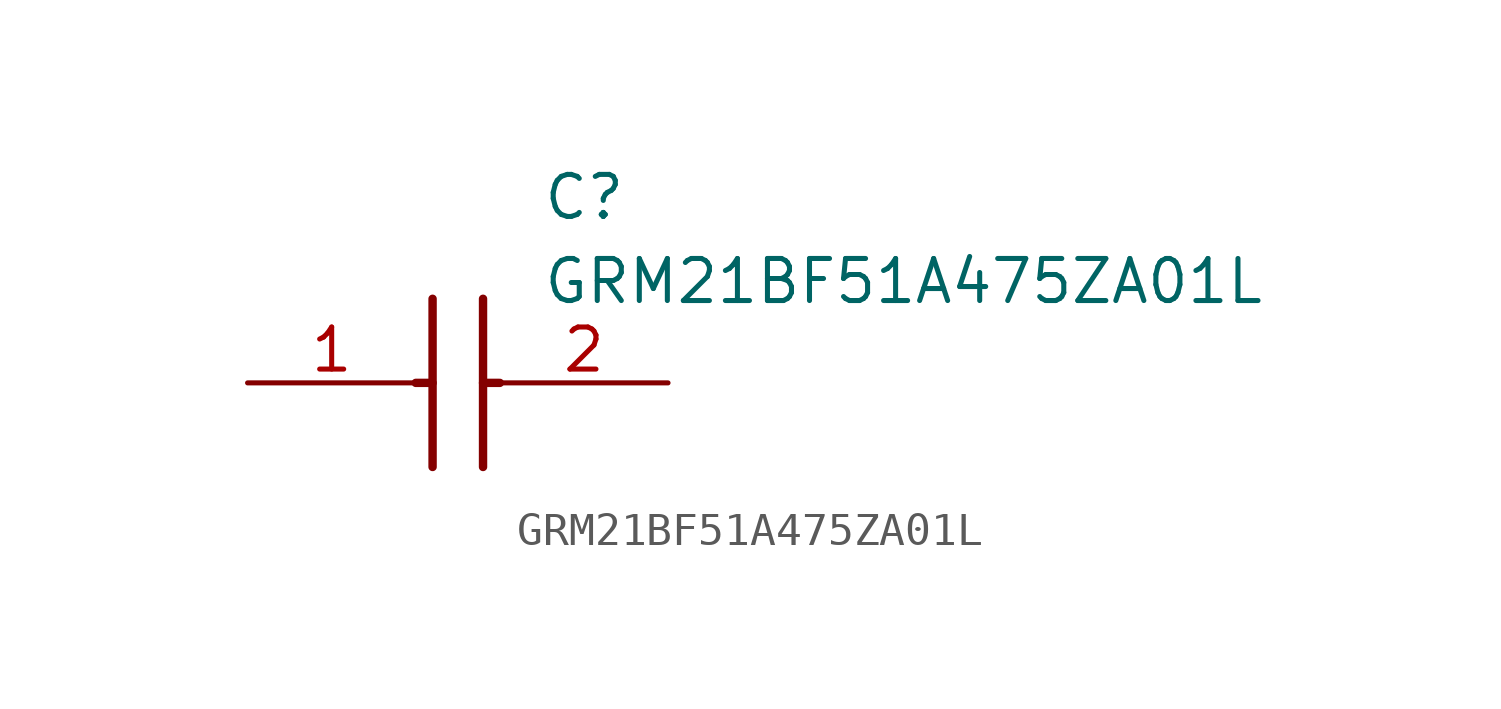
<source format=kicad_sym>
(kicad_symbol_lib
  (version 20211014)
  (generator SamacSys_ECAD_Model)
  (symbol "GRM21BF51A475ZA01L"
    (pin_names hide)
    (property "Reference" "C"
      (at 8.89 6.35 0)
      (effects (font (size 1.27 1.27)) (justify left top)))
    (property "Value" "GRM21BF51A475ZA01L"
      (at 8.89 3.81 0)
      (effects (font (size 1.27 1.27)) (justify left top)))
    (polyline
      (pts (xy 5.588 2.54) (xy 5.588 -2.54))
      (stroke (width 0.254) (type default))
      (fill (type none)))
    (polyline
      (pts (xy 7.112 2.54) (xy 7.112 -2.54))
      (stroke (width 0.254) (type default))
      (fill (type none)))
    (polyline
      (pts (xy 5.08 0) (xy 5.588 0))
      (stroke (width 0.254) (type default))
      (fill (type none)))
    (polyline
      (pts (xy 7.112 0) (xy 7.62 0))
      (stroke (width 0.254) (type default))
      (fill (type none)))
    (pin passive line
      (at 0 0 0)
      (length 5.08)
      (name "1" (effects (font (size 1.27 1.27))))
      (number "1" (effects (font (size 1.27 1.27)))))
    (pin passive line
      (at 12.7 0 180)
      (length 5.08)
      (name "2" (effects (font (size 1.27 1.27))))
      (number "2" (effects (font (size 1.27 1.27)))))))
</source>
